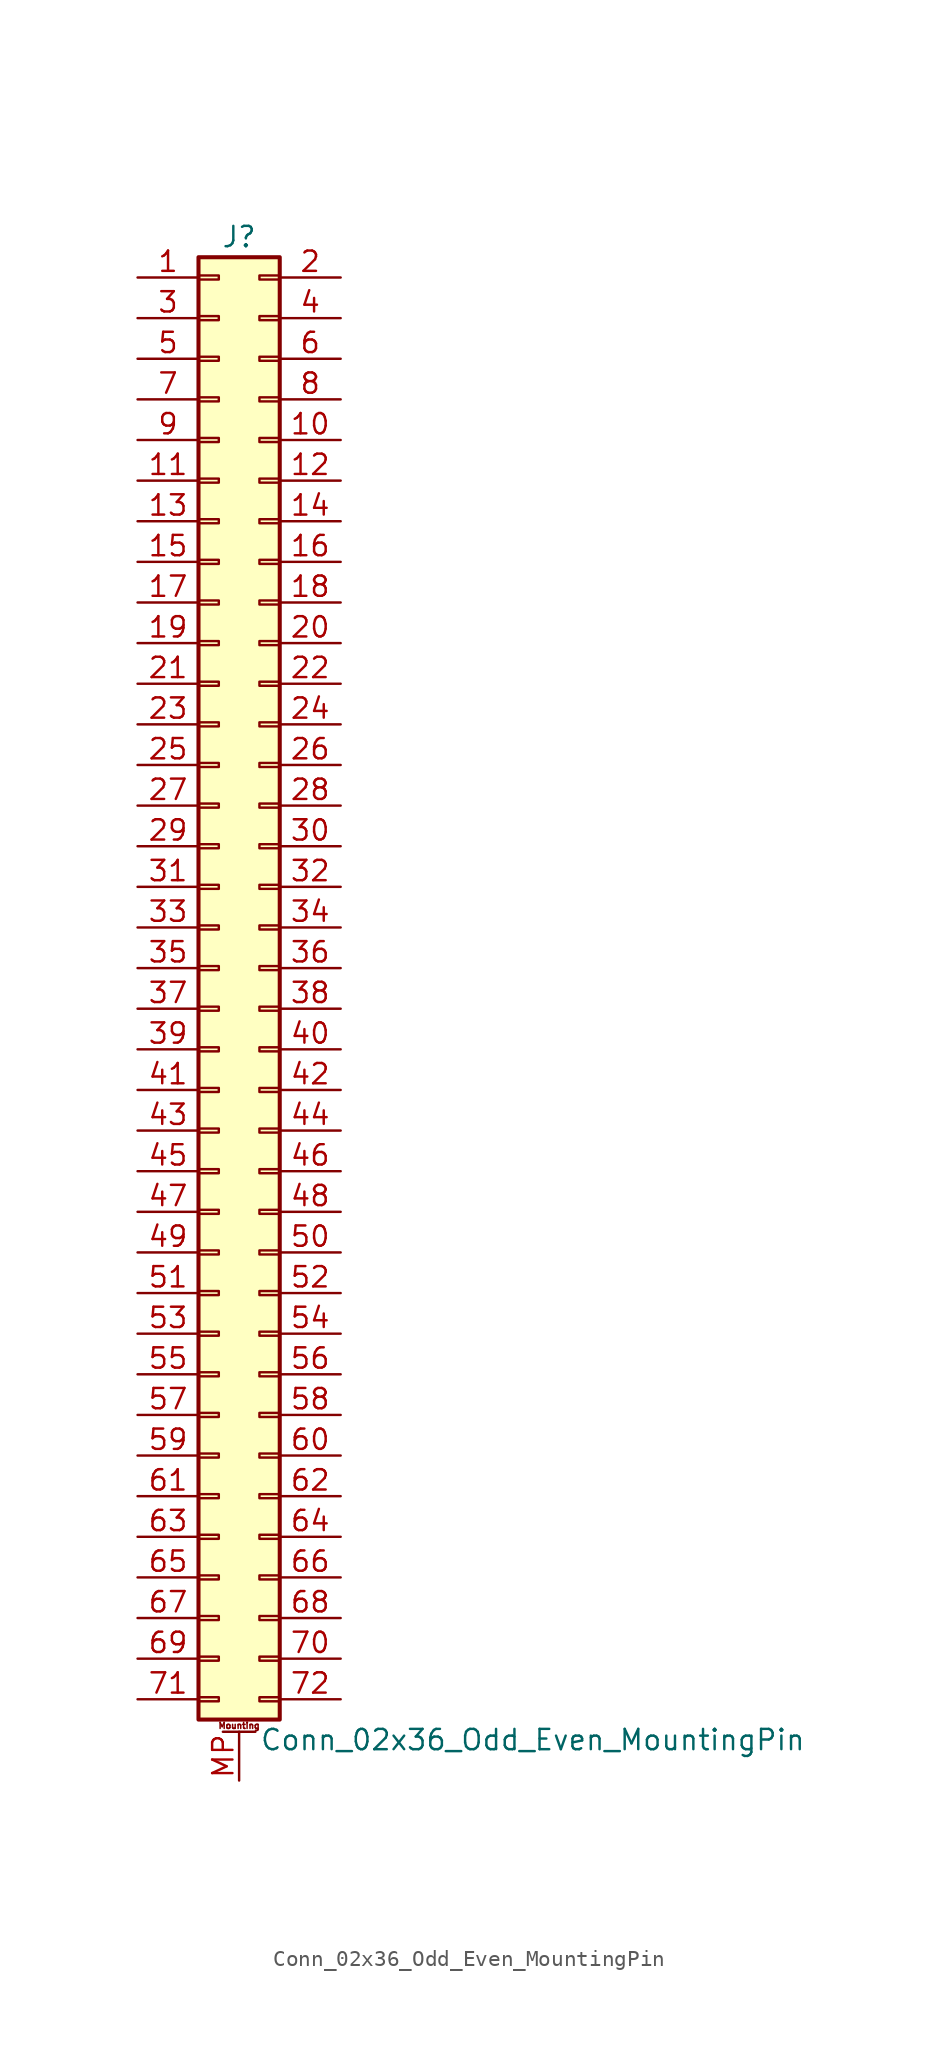
<source format=kicad_sym>
(kicad_symbol_lib
  (version 20220914)
  (generator kicad_symbol_editor)
  (symbol "Conn_02x36_Odd_Even_MountingPin"
    (pin_names
      (offset 1.016) hide)
    (property "Reference" "J"
      (at 1.27 45.72 0)
      (effects (font (size 1.27 1.27))))
    (property "Value" "Conn_02x36_Odd_Even_MountingPin"
      (at 2.54 -48.26 0)
      (effects (font (size 1.27 1.27)) (justify left)))
    (symbol "Conn_02x36_Odd_Even_MountingPin_1_1"
      (rectangle (start -1.27 -45.593) (end 0 -45.847) (stroke (width 0.152) (type default)) (fill (type none)))
      (rectangle (start -1.27 -43.053) (end 0 -43.307) (stroke (width 0.152) (type default)) (fill (type none)))
      (rectangle (start -1.27 -40.513) (end 0 -40.767) (stroke (width 0.152) (type default)) (fill (type none)))
      (rectangle (start -1.27 -37.973) (end 0 -38.227) (stroke (width 0.152) (type default)) (fill (type none)))
      (rectangle (start -1.27 -35.433) (end 0 -35.687) (stroke (width 0.152) (type default)) (fill (type none)))
      (rectangle (start -1.27 -32.893) (end 0 -33.147) (stroke (width 0.152) (type default)) (fill (type none)))
      (rectangle (start -1.27 -30.353) (end 0 -30.607) (stroke (width 0.152) (type default)) (fill (type none)))
      (rectangle (start -1.27 -27.813) (end 0 -28.067) (stroke (width 0.152) (type default)) (fill (type none)))
      (rectangle (start -1.27 -25.273) (end 0 -25.527) (stroke (width 0.152) (type default)) (fill (type none)))
      (rectangle (start -1.27 -22.733) (end 0 -22.987) (stroke (width 0.152) (type default)) (fill (type none)))
      (rectangle (start -1.27 -20.193) (end 0 -20.447) (stroke (width 0.152) (type default)) (fill (type none)))
      (rectangle (start -1.27 -17.653) (end 0 -17.907) (stroke (width 0.152) (type default)) (fill (type none)))
      (rectangle (start -1.27 -15.113) (end 0 -15.367) (stroke (width 0.152) (type default)) (fill (type none)))
      (rectangle (start -1.27 -12.573) (end 0 -12.827) (stroke (width 0.152) (type default)) (fill (type none)))
      (rectangle (start -1.27 -10.033) (end 0 -10.287) (stroke (width 0.152) (type default)) (fill (type none)))
      (rectangle (start -1.27 -7.493) (end 0 -7.747) (stroke (width 0.152) (type default)) (fill (type none)))
      (rectangle (start -1.27 -4.953) (end 0 -5.207) (stroke (width 0.152) (type default)) (fill (type none)))
      (rectangle (start -1.27 -2.413) (end 0 -2.667) (stroke (width 0.152) (type default)) (fill (type none)))
      (rectangle (start -1.27 0.127) (end 0 -0.127) (stroke (width 0.152) (type default)) (fill (type none)))
      (rectangle (start -1.27 2.667) (end 0 2.413) (stroke (width 0.152) (type default)) (fill (type none)))
      (rectangle (start -1.27 5.207) (end 0 4.953) (stroke (width 0.152) (type default)) (fill (type none)))
      (rectangle (start -1.27 7.747) (end 0 7.493) (stroke (width 0.152) (type default)) (fill (type none)))
      (rectangle (start -1.27 10.287) (end 0 10.033) (stroke (width 0.152) (type default)) (fill (type none)))
      (rectangle (start -1.27 12.827) (end 0 12.573) (stroke (width 0.152) (type default)) (fill (type none)))
      (rectangle (start -1.27 15.367) (end 0 15.113) (stroke (width 0.152) (type default)) (fill (type none)))
      (rectangle (start -1.27 17.907) (end 0 17.653) (stroke (width 0.152) (type default)) (fill (type none)))
      (rectangle (start -1.27 20.447) (end 0 20.193) (stroke (width 0.152) (type default)) (fill (type none)))
      (rectangle (start -1.27 22.987) (end 0 22.733) (stroke (width 0.152) (type default)) (fill (type none)))
      (rectangle (start -1.27 25.527) (end 0 25.273) (stroke (width 0.152) (type default)) (fill (type none)))
      (rectangle (start -1.27 28.067) (end 0 27.813) (stroke (width 0.152) (type default)) (fill (type none)))
      (rectangle (start -1.27 30.607) (end 0 30.353) (stroke (width 0.152) (type default)) (fill (type none)))
      (rectangle (start -1.27 33.147) (end 0 32.893) (stroke (width 0.152) (type default)) (fill (type none)))
      (rectangle (start -1.27 35.687) (end 0 35.433) (stroke (width 0.152) (type default)) (fill (type none)))
      (rectangle (start -1.27 38.227) (end 0 37.973) (stroke (width 0.152) (type default)) (fill (type none)))
      (rectangle (start -1.27 40.767) (end 0 40.513) (stroke (width 0.152) (type default)) (fill (type none)))
      (rectangle (start -1.27 43.307) (end 0 43.053) (stroke (width 0.152) (type default)) (fill (type none)))
      (rectangle (start -1.27 44.45) (end 3.81 -46.99) (stroke (width 0.254) (type default)) (fill (type background)))
      (polyline (pts (xy 0.254 -47.752) (xy 2.286 -47.752)) (stroke (width 0.152) (type default)) (fill (type none)))
      (rectangle (start 3.81 -45.593) (end 2.54 -45.847) (stroke (width 0.152) (type default)) (fill (type none)))
      (rectangle (start 3.81 -43.053) (end 2.54 -43.307) (stroke (width 0.152) (type default)) (fill (type none)))
      (rectangle (start 3.81 -40.513) (end 2.54 -40.767) (stroke (width 0.152) (type default)) (fill (type none)))
      (rectangle (start 3.81 -37.973) (end 2.54 -38.227) (stroke (width 0.152) (type default)) (fill (type none)))
      (rectangle (start 3.81 -35.433) (end 2.54 -35.687) (stroke (width 0.152) (type default)) (fill (type none)))
      (rectangle (start 3.81 -32.893) (end 2.54 -33.147) (stroke (width 0.152) (type default)) (fill (type none)))
      (rectangle (start 3.81 -30.353) (end 2.54 -30.607) (stroke (width 0.152) (type default)) (fill (type none)))
      (rectangle (start 3.81 -27.813) (end 2.54 -28.067) (stroke (width 0.152) (type default)) (fill (type none)))
      (rectangle (start 3.81 -25.273) (end 2.54 -25.527) (stroke (width 0.152) (type default)) (fill (type none)))
      (rectangle (start 3.81 -22.733) (end 2.54 -22.987) (stroke (width 0.152) (type default)) (fill (type none)))
      (rectangle (start 3.81 -20.193) (end 2.54 -20.447) (stroke (width 0.152) (type default)) (fill (type none)))
      (rectangle (start 3.81 -17.653) (end 2.54 -17.907) (stroke (width 0.152) (type default)) (fill (type none)))
      (rectangle (start 3.81 -15.113) (end 2.54 -15.367) (stroke (width 0.152) (type default)) (fill (type none)))
      (rectangle (start 3.81 -12.573) (end 2.54 -12.827) (stroke (width 0.152) (type default)) (fill (type none)))
      (rectangle (start 3.81 -10.033) (end 2.54 -10.287) (stroke (width 0.152) (type default)) (fill (type none)))
      (rectangle (start 3.81 -7.493) (end 2.54 -7.747) (stroke (width 0.152) (type default)) (fill (type none)))
      (rectangle (start 3.81 -4.953) (end 2.54 -5.207) (stroke (width 0.152) (type default)) (fill (type none)))
      (rectangle (start 3.81 -2.413) (end 2.54 -2.667) (stroke (width 0.152) (type default)) (fill (type none)))
      (rectangle (start 3.81 0.127) (end 2.54 -0.127) (stroke (width 0.152) (type default)) (fill (type none)))
      (rectangle (start 3.81 2.667) (end 2.54 2.413) (stroke (width 0.152) (type default)) (fill (type none)))
      (rectangle (start 3.81 5.207) (end 2.54 4.953) (stroke (width 0.152) (type default)) (fill (type none)))
      (rectangle (start 3.81 7.747) (end 2.54 7.493) (stroke (width 0.152) (type default)) (fill (type none)))
      (rectangle (start 3.81 10.287) (end 2.54 10.033) (stroke (width 0.152) (type default)) (fill (type none)))
      (rectangle (start 3.81 12.827) (end 2.54 12.573) (stroke (width 0.152) (type default)) (fill (type none)))
      (rectangle (start 3.81 15.367) (end 2.54 15.113) (stroke (width 0.152) (type default)) (fill (type none)))
      (rectangle (start 3.81 17.907) (end 2.54 17.653) (stroke (width 0.152) (type default)) (fill (type none)))
      (rectangle (start 3.81 20.447) (end 2.54 20.193) (stroke (width 0.152) (type default)) (fill (type none)))
      (rectangle (start 3.81 22.987) (end 2.54 22.733) (stroke (width 0.152) (type default)) (fill (type none)))
      (rectangle (start 3.81 25.527) (end 2.54 25.273) (stroke (width 0.152) (type default)) (fill (type none)))
      (rectangle (start 3.81 28.067) (end 2.54 27.813) (stroke (width 0.152) (type default)) (fill (type none)))
      (rectangle (start 3.81 30.607) (end 2.54 30.353) (stroke (width 0.152) (type default)) (fill (type none)))
      (rectangle (start 3.81 33.147) (end 2.54 32.893) (stroke (width 0.152) (type default)) (fill (type none)))
      (rectangle (start 3.81 35.687) (end 2.54 35.433) (stroke (width 0.152) (type default)) (fill (type none)))
      (rectangle (start 3.81 38.227) (end 2.54 37.973) (stroke (width 0.152) (type default)) (fill (type none)))
      (rectangle (start 3.81 40.767) (end 2.54 40.513) (stroke (width 0.152) (type default)) (fill (type none)))
      (rectangle (start 3.81 43.307) (end 2.54 43.053) (stroke (width 0.152) (type default)) (fill (type none)))
      (text "Mounting" (at 1.27 -47.371 0) (effects (font (size 0.381 0.381))))
      (pin passive line (at -5.08 43.18 0) (length 3.81) (name "Pin_1" (effects (font (size 1.27 1.27)))) (number "1" (effects (font (size 1.27 1.27)))))
      (pin passive line (at 7.62 33.02 180) (length 3.81) (name "Pin_10" (effects (font (size 1.27 1.27)))) (number "10" (effects (font (size 1.27 1.27)))))
      (pin passive line (at -5.08 30.48 0) (length 3.81) (name "Pin_11" (effects (font (size 1.27 1.27)))) (number "11" (effects (font (size 1.27 1.27)))))
      (pin passive line (at 7.62 30.48 180) (length 3.81) (name "Pin_12" (effects (font (size 1.27 1.27)))) (number "12" (effects (font (size 1.27 1.27)))))
      (pin passive line (at -5.08 27.94 0) (length 3.81) (name "Pin_13" (effects (font (size 1.27 1.27)))) (number "13" (effects (font (size 1.27 1.27)))))
      (pin passive line (at 7.62 27.94 180) (length 3.81) (name "Pin_14" (effects (font (size 1.27 1.27)))) (number "14" (effects (font (size 1.27 1.27)))))
      (pin passive line (at -5.08 25.4 0) (length 3.81) (name "Pin_15" (effects (font (size 1.27 1.27)))) (number "15" (effects (font (size 1.27 1.27)))))
      (pin passive line (at 7.62 25.4 180) (length 3.81) (name "Pin_16" (effects (font (size 1.27 1.27)))) (number "16" (effects (font (size 1.27 1.27)))))
      (pin passive line (at -5.08 22.86 0) (length 3.81) (name "Pin_17" (effects (font (size 1.27 1.27)))) (number "17" (effects (font (size 1.27 1.27)))))
      (pin passive line (at 7.62 22.86 180) (length 3.81) (name "Pin_18" (effects (font (size 1.27 1.27)))) (number "18" (effects (font (size 1.27 1.27)))))
      (pin passive line (at -5.08 20.32 0) (length 3.81) (name "Pin_19" (effects (font (size 1.27 1.27)))) (number "19" (effects (font (size 1.27 1.27)))))
      (pin passive line (at 7.62 43.18 180) (length 3.81) (name "Pin_2" (effects (font (size 1.27 1.27)))) (number "2" (effects (font (size 1.27 1.27)))))
      (pin passive line (at 7.62 20.32 180) (length 3.81) (name "Pin_20" (effects (font (size 1.27 1.27)))) (number "20" (effects (font (size 1.27 1.27)))))
      (pin passive line (at -5.08 17.78 0) (length 3.81) (name "Pin_21" (effects (font (size 1.27 1.27)))) (number "21" (effects (font (size 1.27 1.27)))))
      (pin passive line (at 7.62 17.78 180) (length 3.81) (name "Pin_22" (effects (font (size 1.27 1.27)))) (number "22" (effects (font (size 1.27 1.27)))))
      (pin passive line (at -5.08 15.24 0) (length 3.81) (name "Pin_23" (effects (font (size 1.27 1.27)))) (number "23" (effects (font (size 1.27 1.27)))))
      (pin passive line (at 7.62 15.24 180) (length 3.81) (name "Pin_24" (effects (font (size 1.27 1.27)))) (number "24" (effects (font (size 1.27 1.27)))))
      (pin passive line (at -5.08 12.7 0) (length 3.81) (name "Pin_25" (effects (font (size 1.27 1.27)))) (number "25" (effects (font (size 1.27 1.27)))))
      (pin passive line (at 7.62 12.7 180) (length 3.81) (name "Pin_26" (effects (font (size 1.27 1.27)))) (number "26" (effects (font (size 1.27 1.27)))))
      (pin passive line (at -5.08 10.16 0) (length 3.81) (name "Pin_27" (effects (font (size 1.27 1.27)))) (number "27" (effects (font (size 1.27 1.27)))))
      (pin passive line (at 7.62 10.16 180) (length 3.81) (name "Pin_28" (effects (font (size 1.27 1.27)))) (number "28" (effects (font (size 1.27 1.27)))))
      (pin passive line (at -5.08 7.62 0) (length 3.81) (name "Pin_29" (effects (font (size 1.27 1.27)))) (number "29" (effects (font (size 1.27 1.27)))))
      (pin passive line (at -5.08 40.64 0) (length 3.81) (name "Pin_3" (effects (font (size 1.27 1.27)))) (number "3" (effects (font (size 1.27 1.27)))))
      (pin passive line (at 7.62 7.62 180) (length 3.81) (name "Pin_30" (effects (font (size 1.27 1.27)))) (number "30" (effects (font (size 1.27 1.27)))))
      (pin passive line (at -5.08 5.08 0) (length 3.81) (name "Pin_31" (effects (font (size 1.27 1.27)))) (number "31" (effects (font (size 1.27 1.27)))))
      (pin passive line (at 7.62 5.08 180) (length 3.81) (name "Pin_32" (effects (font (size 1.27 1.27)))) (number "32" (effects (font (size 1.27 1.27)))))
      (pin passive line (at -5.08 2.54 0) (length 3.81) (name "Pin_33" (effects (font (size 1.27 1.27)))) (number "33" (effects (font (size 1.27 1.27)))))
      (pin passive line (at 7.62 2.54 180) (length 3.81) (name "Pin_34" (effects (font (size 1.27 1.27)))) (number "34" (effects (font (size 1.27 1.27)))))
      (pin passive line (at -5.08 0 0) (length 3.81) (name "Pin_35" (effects (font (size 1.27 1.27)))) (number "35" (effects (font (size 1.27 1.27)))))
      (pin passive line (at 7.62 0 180) (length 3.81) (name "Pin_36" (effects (font (size 1.27 1.27)))) (number "36" (effects (font (size 1.27 1.27)))))
      (pin passive line (at -5.08 -2.54 0) (length 3.81) (name "Pin_37" (effects (font (size 1.27 1.27)))) (number "37" (effects (font (size 1.27 1.27)))))
      (pin passive line (at 7.62 -2.54 180) (length 3.81) (name "Pin_38" (effects (font (size 1.27 1.27)))) (number "38" (effects (font (size 1.27 1.27)))))
      (pin passive line (at -5.08 -5.08 0) (length 3.81) (name "Pin_39" (effects (font (size 1.27 1.27)))) (number "39" (effects (font (size 1.27 1.27)))))
      (pin passive line (at 7.62 40.64 180) (length 3.81) (name "Pin_4" (effects (font (size 1.27 1.27)))) (number "4" (effects (font (size 1.27 1.27)))))
      (pin passive line (at 7.62 -5.08 180) (length 3.81) (name "Pin_40" (effects (font (size 1.27 1.27)))) (number "40" (effects (font (size 1.27 1.27)))))
      (pin passive line (at -5.08 -7.62 0) (length 3.81) (name "Pin_41" (effects (font (size 1.27 1.27)))) (number "41" (effects (font (size 1.27 1.27)))))
      (pin passive line (at 7.62 -7.62 180) (length 3.81) (name "Pin_42" (effects (font (size 1.27 1.27)))) (number "42" (effects (font (size 1.27 1.27)))))
      (pin passive line (at -5.08 -10.16 0) (length 3.81) (name "Pin_43" (effects (font (size 1.27 1.27)))) (number "43" (effects (font (size 1.27 1.27)))))
      (pin passive line (at 7.62 -10.16 180) (length 3.81) (name "Pin_44" (effects (font (size 1.27 1.27)))) (number "44" (effects (font (size 1.27 1.27)))))
      (pin passive line (at -5.08 -12.7 0) (length 3.81) (name "Pin_45" (effects (font (size 1.27 1.27)))) (number "45" (effects (font (size 1.27 1.27)))))
      (pin passive line (at 7.62 -12.7 180) (length 3.81) (name "Pin_46" (effects (font (size 1.27 1.27)))) (number "46" (effects (font (size 1.27 1.27)))))
      (pin passive line (at -5.08 -15.24 0) (length 3.81) (name "Pin_47" (effects (font (size 1.27 1.27)))) (number "47" (effects (font (size 1.27 1.27)))))
      (pin passive line (at 7.62 -15.24 180) (length 3.81) (name "Pin_48" (effects (font (size 1.27 1.27)))) (number "48" (effects (font (size 1.27 1.27)))))
      (pin passive line (at -5.08 -17.78 0) (length 3.81) (name "Pin_49" (effects (font (size 1.27 1.27)))) (number "49" (effects (font (size 1.27 1.27)))))
      (pin passive line (at -5.08 38.1 0) (length 3.81) (name "Pin_5" (effects (font (size 1.27 1.27)))) (number "5" (effects (font (size 1.27 1.27)))))
      (pin passive line (at 7.62 -17.78 180) (length 3.81) (name "Pin_50" (effects (font (size 1.27 1.27)))) (number "50" (effects (font (size 1.27 1.27)))))
      (pin passive line (at -5.08 -20.32 0) (length 3.81) (name "Pin_51" (effects (font (size 1.27 1.27)))) (number "51" (effects (font (size 1.27 1.27)))))
      (pin passive line (at 7.62 -20.32 180) (length 3.81) (name "Pin_52" (effects (font (size 1.27 1.27)))) (number "52" (effects (font (size 1.27 1.27)))))
      (pin passive line (at -5.08 -22.86 0) (length 3.81) (name "Pin_53" (effects (font (size 1.27 1.27)))) (number "53" (effects (font (size 1.27 1.27)))))
      (pin passive line (at 7.62 -22.86 180) (length 3.81) (name "Pin_54" (effects (font (size 1.27 1.27)))) (number "54" (effects (font (size 1.27 1.27)))))
      (pin passive line (at -5.08 -25.4 0) (length 3.81) (name "Pin_55" (effects (font (size 1.27 1.27)))) (number "55" (effects (font (size 1.27 1.27)))))
      (pin passive line (at 7.62 -25.4 180) (length 3.81) (name "Pin_56" (effects (font (size 1.27 1.27)))) (number "56" (effects (font (size 1.27 1.27)))))
      (pin passive line (at -5.08 -27.94 0) (length 3.81) (name "Pin_57" (effects (font (size 1.27 1.27)))) (number "57" (effects (font (size 1.27 1.27)))))
      (pin passive line (at 7.62 -27.94 180) (length 3.81) (name "Pin_58" (effects (font (size 1.27 1.27)))) (number "58" (effects (font (size 1.27 1.27)))))
      (pin passive line (at -5.08 -30.48 0) (length 3.81) (name "Pin_59" (effects (font (size 1.27 1.27)))) (number "59" (effects (font (size 1.27 1.27)))))
      (pin passive line (at 7.62 38.1 180) (length 3.81) (name "Pin_6" (effects (font (size 1.27 1.27)))) (number "6" (effects (font (size 1.27 1.27)))))
      (pin passive line (at 7.62 -30.48 180) (length 3.81) (name "Pin_60" (effects (font (size 1.27 1.27)))) (number "60" (effects (font (size 1.27 1.27)))))
      (pin passive line (at -5.08 -33.02 0) (length 3.81) (name "Pin_61" (effects (font (size 1.27 1.27)))) (number "61" (effects (font (size 1.27 1.27)))))
      (pin passive line (at 7.62 -33.02 180) (length 3.81) (name "Pin_62" (effects (font (size 1.27 1.27)))) (number "62" (effects (font (size 1.27 1.27)))))
      (pin passive line (at -5.08 -35.56 0) (length 3.81) (name "Pin_63" (effects (font (size 1.27 1.27)))) (number "63" (effects (font (size 1.27 1.27)))))
      (pin passive line (at 7.62 -35.56 180) (length 3.81) (name "Pin_64" (effects (font (size 1.27 1.27)))) (number "64" (effects (font (size 1.27 1.27)))))
      (pin passive line (at -5.08 -38.1 0) (length 3.81) (name "Pin_65" (effects (font (size 1.27 1.27)))) (number "65" (effects (font (size 1.27 1.27)))))
      (pin passive line (at 7.62 -38.1 180) (length 3.81) (name "Pin_66" (effects (font (size 1.27 1.27)))) (number "66" (effects (font (size 1.27 1.27)))))
      (pin passive line (at -5.08 -40.64 0) (length 3.81) (name "Pin_67" (effects (font (size 1.27 1.27)))) (number "67" (effects (font (size 1.27 1.27)))))
      (pin passive line (at 7.62 -40.64 180) (length 3.81) (name "Pin_68" (effects (font (size 1.27 1.27)))) (number "68" (effects (font (size 1.27 1.27)))))
      (pin passive line (at -5.08 -43.18 0) (length 3.81) (name "Pin_69" (effects (font (size 1.27 1.27)))) (number "69" (effects (font (size 1.27 1.27)))))
      (pin passive line (at -5.08 35.56 0) (length 3.81) (name "Pin_7" (effects (font (size 1.27 1.27)))) (number "7" (effects (font (size 1.27 1.27)))))
      (pin passive line (at 7.62 -43.18 180) (length 3.81) (name "Pin_70" (effects (font (size 1.27 1.27)))) (number "70" (effects (font (size 1.27 1.27)))))
      (pin passive line (at -5.08 -45.72 0) (length 3.81) (name "Pin_71" (effects (font (size 1.27 1.27)))) (number "71" (effects (font (size 1.27 1.27)))))
      (pin passive line (at 7.62 -45.72 180) (length 3.81) (name "Pin_72" (effects (font (size 1.27 1.27)))) (number "72" (effects (font (size 1.27 1.27)))))
      (pin passive line (at 7.62 35.56 180) (length 3.81) (name "Pin_8" (effects (font (size 1.27 1.27)))) (number "8" (effects (font (size 1.27 1.27)))))
      (pin passive line (at -5.08 33.02 0) (length 3.81) (name "Pin_9" (effects (font (size 1.27 1.27)))) (number "9" (effects (font (size 1.27 1.27)))))
      (pin passive line (at 1.27 -50.8 90) (length 3.048) (name "MountPin" (effects (font (size 1.27 1.27)))) (number "MP" (effects (font (size 1.27 1.27))))))))
</source>
